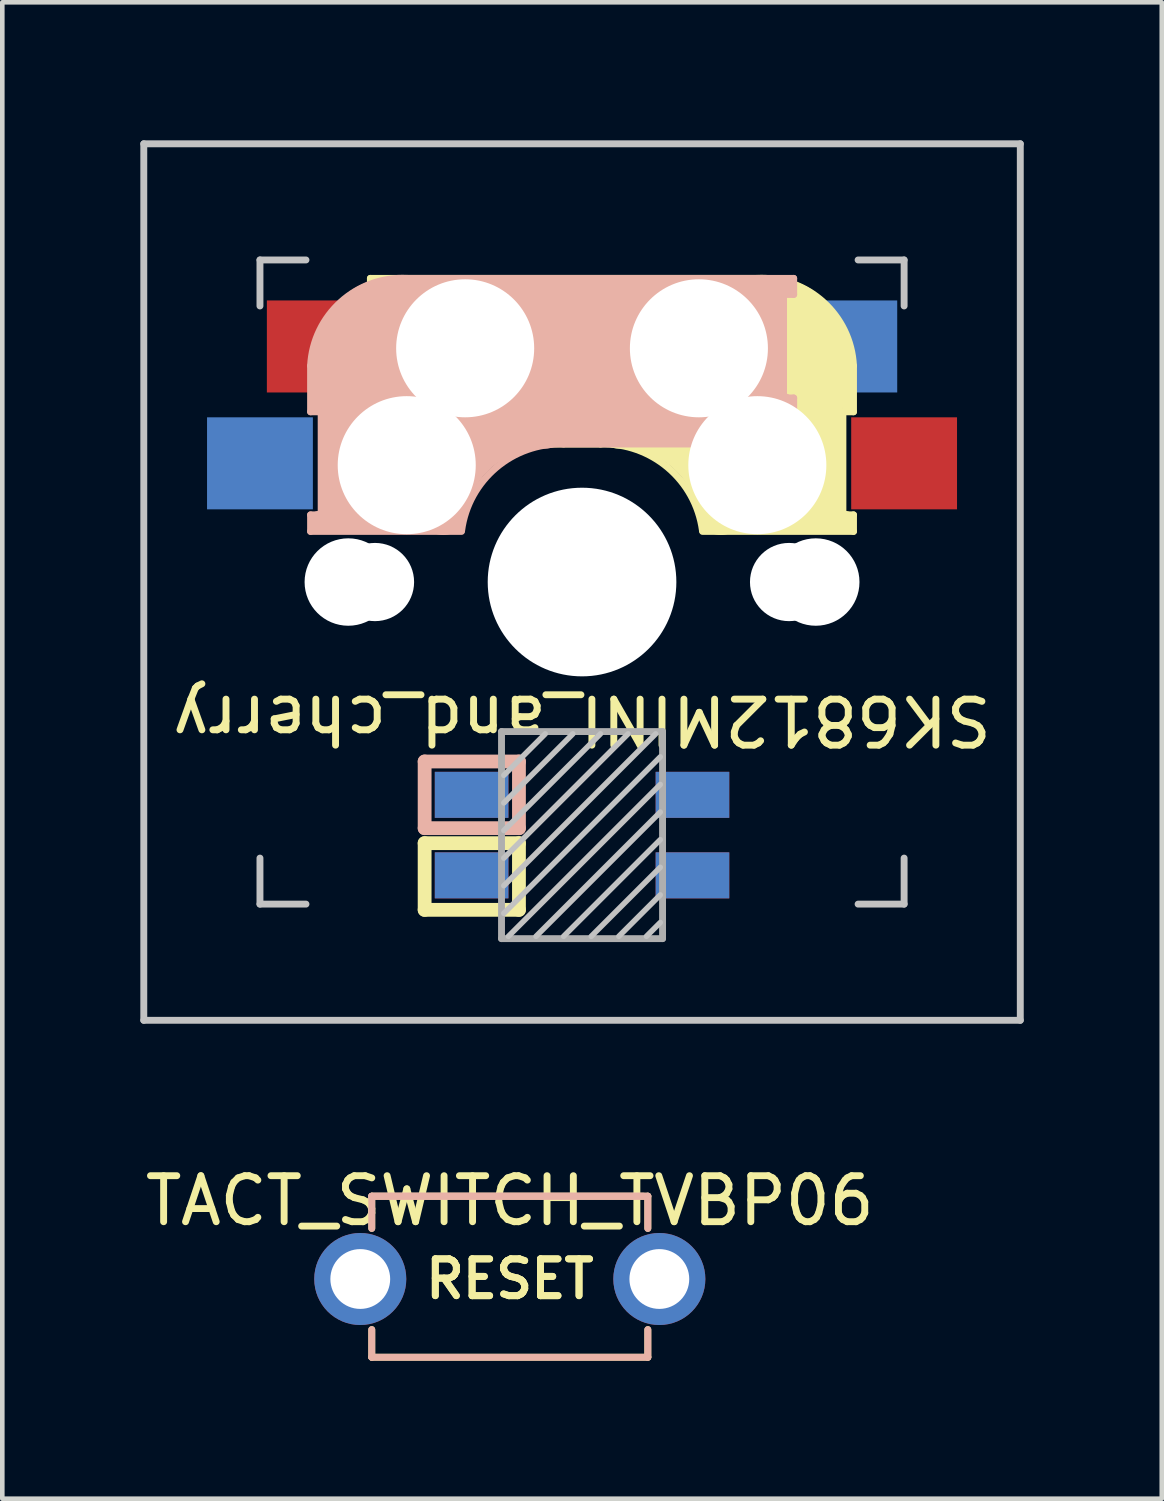
<source format=kicad_pcb>
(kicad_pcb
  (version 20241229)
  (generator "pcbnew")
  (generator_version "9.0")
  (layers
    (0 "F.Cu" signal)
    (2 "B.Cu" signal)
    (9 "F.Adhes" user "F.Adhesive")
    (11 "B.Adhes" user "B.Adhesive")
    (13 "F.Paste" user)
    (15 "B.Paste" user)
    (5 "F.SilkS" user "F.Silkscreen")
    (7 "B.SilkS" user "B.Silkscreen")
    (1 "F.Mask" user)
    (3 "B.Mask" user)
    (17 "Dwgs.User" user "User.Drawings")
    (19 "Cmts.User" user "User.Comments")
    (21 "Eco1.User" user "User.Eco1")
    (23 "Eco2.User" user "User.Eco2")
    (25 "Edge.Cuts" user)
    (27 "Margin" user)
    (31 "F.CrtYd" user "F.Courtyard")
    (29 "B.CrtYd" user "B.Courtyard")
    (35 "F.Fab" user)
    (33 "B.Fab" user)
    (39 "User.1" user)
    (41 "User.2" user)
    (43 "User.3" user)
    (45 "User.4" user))
  (footprint "SK6812MINI_and_cherry"
    (layer "F.Cu")
    (at 9.6 9.6)
    (property "Reference" "SK6812MINI_and_cherry" (at 0 3 180) (unlocked yes) (layer "F.SilkS") (effects (font (size 1 1) (thickness 0.15))))
    (attr through_hole)
    (fp_line (start -4.6 -6.6) (end 3.8 -6.6) (stroke (width 0.15) (type solid)) (layer "F.SilkS"))
    (fp_line (start -4.6 -6.25) (end -4.6 -6.6) (stroke (width 0.15) (type solid)) (layer "F.SilkS"))
    (fp_line (start -4.6 -4) (end -4.4 -4) (stroke (width 0.15) (type solid)) (layer "F.SilkS"))
    (fp_line (start -4.6 -3) (end -4.6 -4) (stroke (width 0.15) (type solid)) (layer "F.SilkS"))
    (fp_line (start -4.4 -6.4) (end -3 -6.4) (stroke (width 0.4) (type solid)) (layer "F.SilkS"))
    (fp_line (start -4.4 -6.25) (end -4.6 -6.25) (stroke (width 0.15) (type solid)) (layer "F.SilkS"))
    (fp_line (start -4.4 -3.9) (end -4.4 -3.2) (stroke (width 0.4) (type solid)) (layer "F.SilkS"))
    (fp_line (start -4.38 -4) (end -4.38 -6.25) (stroke (width 0.15) (type solid)) (layer "F.SilkS"))
    (fp_line (start -4.3 -3.3) (end -2.9 -3.3) (stroke (width 0.5) (type solid)) (layer "F.SilkS"))
    (fp_line (start -3.9 -6) (end -3.9 -3.5) (stroke (width 1) (type solid)) (layer "F.SilkS"))
    (fp_line (start -3.421 5.675) (end -1.371 5.675) (stroke (width 0.3) (type solid)) (layer "F.SilkS"))
    (fp_line (start -3.421 7.125) (end -3.421 5.675) (stroke (width 0.3) (type solid)) (layer "F.SilkS"))
    (fp_line (start -2.6 -4.8) (end 4.1 -4.8) (stroke (width 3.5) (type solid)) (layer "F.SilkS"))
    (fp_line (start -1.371 5.675) (end -1.371 7.125) (stroke (width 0.3) (type solid)) (layer "F.SilkS"))
    (fp_line (start -1.371 7.125) (end -3.421 7.125) (stroke (width 0.3) (type solid)) (layer "F.SilkS"))
    (fp_line (start 0.4 -3) (end -4.6 -3) (stroke (width 0.15) (type solid)) (layer "F.SilkS"))
    (fp_line (start 4.17 -5.1) (end 4.17 -2.86) (stroke (width 3) (type solid)) (layer "F.SilkS"))
    (fp_line (start 5.3 -1.6) (end 5.3 -3.4) (stroke (width 0.8) (type solid)) (layer "F.SilkS"))
    (fp_line (start 5.67 -3.7) (end 5.67 -1.46) (stroke (width 0.15) (type solid)) (layer "F.SilkS"))
    (fp_line (start 5.7 -1.46) (end 5.9 -1.46) (stroke (width 0.15) (type solid)) (layer "F.SilkS"))
    (fp_line (start 5.7 -1.3) (end 3 -1.3) (stroke (width 0.5) (type solid)) (layer "F.SilkS"))
    (fp_line (start 5.8 -3.8) (end 5.8 -4.7) (stroke (width 0.3) (type solid)) (layer "F.SilkS"))
    (fp_line (start 5.9 -4.7) (end 5.9 -3.7) (stroke (width 0.15) (type solid)) (layer "F.SilkS"))
    (fp_line (start 5.9 -3.7) (end 5.7 -3.7) (stroke (width 0.15) (type solid)) (layer "F.SilkS"))
    (fp_line (start 5.9 -1.1) (end 2.62 -1.1) (stroke (width 0.15) (type solid)) (layer "F.SilkS"))
    (fp_line (start 5.9 -1.1) (end 5.9 -1.46) (stroke (width 0.15) (type solid)) (layer "F.SilkS"))
    (fp_arc (start 0.4 -3) (mid 1.868709 -2.486118) (end 2.616318 -1.121471) (stroke (width 0.15) (type solid)) (layer "F.SilkS"))
    (fp_arc (start 0.8 -3.4) (mid 2.268709 -2.886118) (end 3.016318 -1.521471) (stroke (width 1) (type solid)) (layer "F.SilkS"))
    (fp_arc (start 3.8 -6.600001) (mid 5.243504 -6.084925) (end 5.900001 -4.7) (stroke (width 0.15) (type solid)) (layer "F.SilkS"))
    (fp_line (start -5.9 -4.7) (end -5.9 -3.7) (stroke (width 0.15) (type solid)) (layer "B.SilkS"))
    (fp_line (start -5.9 -3.7) (end -5.7 -3.7) (stroke (width 0.15) (type solid)) (layer "B.SilkS"))
    (fp_line (start -5.9 -1.1) (end -5.9 -1.46) (stroke (width 0.15) (type solid)) (layer "B.SilkS"))
    (fp_line (start -5.9 -1.1) (end -2.62 -1.1) (stroke (width 0.15) (type solid)) (layer "B.SilkS"))
    (fp_line (start -5.8 -3.8) (end -5.8 -4.7) (stroke (width 0.3) (type solid)) (layer "B.SilkS"))
    (fp_line (start -5.7 -1.46) (end -5.9 -1.46) (stroke (width 0.15) (type solid)) (layer "B.SilkS"))
    (fp_line (start -5.7 -1.3) (end -3 -1.3) (stroke (width 0.5) (type solid)) (layer "B.SilkS"))
    (fp_line (start -5.67 -3.7) (end -5.67 -1.46) (stroke (width 0.15) (type solid)) (layer "B.SilkS"))
    (fp_line (start -5.3 -1.6) (end -5.3 -3.4) (stroke (width 0.8) (type solid)) (layer "B.SilkS"))
    (fp_line (start -4.17 -5.1) (end -4.17 -2.86) (stroke (width 3) (type solid)) (layer "B.SilkS"))
    (fp_line (start -3.421 3.9) (end -1.371 3.9) (stroke (width 0.3) (type solid)) (layer "B.SilkS"))
    (fp_line (start -3.421 5.35) (end -3.421 3.9) (stroke (width 0.3) (type solid)) (layer "B.SilkS"))
    (fp_line (start -1.371 3.9) (end -1.371 5.35) (stroke (width 0.3) (type solid)) (layer "B.SilkS"))
    (fp_line (start -1.371 5.35) (end -3.421 5.35) (stroke (width 0.3) (type solid)) (layer "B.SilkS"))
    (fp_line (start -0.4 -3) (end 4.6 -3) (stroke (width 0.15) (type solid)) (layer "B.SilkS"))
    (fp_line (start 2.6 -4.8) (end -4.1 -4.8) (stroke (width 3.5) (type solid)) (layer "B.SilkS"))
    (fp_line (start 3.9 -6) (end 3.9 -3.5) (stroke (width 1) (type solid)) (layer "B.SilkS"))
    (fp_line (start 4.3 -3.3) (end 2.9 -3.3) (stroke (width 0.5) (type solid)) (layer "B.SilkS"))
    (fp_line (start 4.38 -4) (end 4.38 -6.25) (stroke (width 0.15) (type solid)) (layer "B.SilkS"))
    (fp_line (start 4.4 -6.4) (end 3 -6.4) (stroke (width 0.4) (type solid)) (layer "B.SilkS"))
    (fp_line (start 4.4 -6.25) (end 4.6 -6.25) (stroke (width 0.15) (type solid)) (layer "B.SilkS"))
    (fp_line (start 4.4 -3.9) (end 4.4 -3.2) (stroke (width 0.4) (type solid)) (layer "B.SilkS"))
    (fp_line (start 4.6 -6.6) (end -3.8 -6.6) (stroke (width 0.15) (type solid)) (layer "B.SilkS"))
    (fp_line (start 4.6 -6.25) (end 4.6 -6.6) (stroke (width 0.15) (type solid)) (layer "B.SilkS"))
    (fp_line (start 4.6 -4) (end 4.4 -4) (stroke (width 0.15) (type solid)) (layer "B.SilkS"))
    (fp_line (start 4.6 -3) (end 4.6 -4) (stroke (width 0.15) (type solid)) (layer "B.SilkS"))
    (fp_arc (start -5.9 -4.699999) (mid -5.243504 -6.084924) (end -3.800001 -6.6) (stroke (width 0.15) (type solid)) (layer "B.SilkS"))
    (fp_arc (start -3.016318 -1.521471) (mid -2.268709 -2.886118) (end -0.8 -3.4) (stroke (width 1) (type solid)) (layer "B.SilkS"))
    (fp_arc (start -2.616318 -1.121471) (mid -1.868709 -2.486118) (end -0.4 -3) (stroke (width 0.15) (type solid)) (layer "B.SilkS"))
    (fp_line (start -9.525 -9.525) (end 9.525 -9.525) (stroke (width 0.15) (type solid)) (layer "Dwgs.User"))
    (fp_line (start -9.525 9.525) (end -9.525 -9.525) (stroke (width 0.15) (type solid)) (layer "Dwgs.User"))
    (fp_line (start -7 -7) (end -6 -7) (stroke (width 0.15) (type solid)) (layer "Dwgs.User"))
    (fp_line (start -7 -6) (end -7 -7) (stroke (width 0.15) (type solid)) (layer "Dwgs.User"))
    (fp_line (start -7 6) (end -7 7) (stroke (width 0.15) (type solid)) (layer "Dwgs.User"))
    (fp_line (start -7 7) (end -6 7) (stroke (width 0.15) (type solid)) (layer "Dwgs.User"))
    (fp_line (start -0.8 3.3) (end -1.7 4.2) (stroke (width 0.12) (type solid)) (layer "Dwgs.User"))
    (fp_line (start -0.2 3.3) (end -1.7 4.8) (stroke (width 0.12) (type solid)) (layer "Dwgs.User"))
    (fp_line (start 0.4 3.3) (end -1.7 5.4) (stroke (width 0.12) (type solid)) (layer "Dwgs.User"))
    (fp_line (start 1 3.3) (end -1.7 6) (stroke (width 0.12) (type solid)) (layer "Dwgs.User"))
    (fp_line (start 1.6 3.3) (end -1.7 6.6) (stroke (width 0.12) (type solid)) (layer "Dwgs.User"))
    (fp_line (start 1.7 3.8) (end -1.7 7.2) (stroke (width 0.12) (type solid)) (layer "Dwgs.User"))
    (fp_line (start 1.7 4.4) (end -1.6 7.7) (stroke (width 0.12) (type solid)) (layer "Dwgs.User"))
    (fp_line (start 1.7 5) (end -1 7.7) (stroke (width 0.12) (type solid)) (layer "Dwgs.User"))
    (fp_line (start 1.7 5.6) (end -0.4 7.7) (stroke (width 0.12) (type solid)) (layer "Dwgs.User"))
    (fp_line (start 1.7 6.2) (end 0.2 7.7) (stroke (width 0.12) (type solid)) (layer "Dwgs.User"))
    (fp_line (start 1.7 6.8) (end 0.8 7.7) (stroke (width 0.12) (type solid)) (layer "Dwgs.User"))
    (fp_line (start 1.7 7.4) (end 1.4 7.7) (stroke (width 0.12) (type solid)) (layer "Dwgs.User"))
    (fp_line (start 6 7) (end 7 7) (stroke (width 0.15) (type solid)) (layer "Dwgs.User"))
    (fp_line (start 7 -7) (end 6 -7) (stroke (width 0.15) (type solid)) (layer "Dwgs.User"))
    (fp_line (start 7 -7) (end 7 -6) (stroke (width 0.15) (type solid)) (layer "Dwgs.User"))
    (fp_line (start 7 7) (end 7 6) (stroke (width 0.15) (type solid)) (layer "Dwgs.User"))
    (fp_line (start 9.525 -9.525) (end 9.525 9.525) (stroke (width 0.15) (type solid)) (layer "Dwgs.User"))
    (fp_line (start 9.525 9.525) (end -9.525 9.525) (stroke (width 0.15) (type solid)) (layer "Dwgs.User"))
    (fp_line (start -1.75 3.25) (end -1.75 7.75) (stroke (width 0.15) (type solid)) (layer "F.Fab"))
    (fp_line (start -1.75 3.25) (end 1.75 3.25) (stroke (width 0.15) (type solid)) (layer "F.Fab"))
    (fp_line (start 1.75 3.25) (end 1.75 7.75) (stroke (width 0.15) (type solid)) (layer "F.Fab"))
    (fp_line (start 1.75 7.75) (end -1.75 7.75) (stroke (width 0.15) (type solid)) (layer "F.Fab"))
    (pad "" np_thru_hole circle (at -5.08 0) (size 1.9 1.9) (drill 1.9) (layers "*.Cu" "*.Mask"))
    (pad "" np_thru_hole circle (at -4.5 0) (size 1.7 1.7) (drill 1.7) (layers "*.Cu" "*.Mask"))
    (pad "" np_thru_hole circle (at -3.81 -2.54 180) (size 3 3) (drill 3) (layers "*.Cu" "*.Mask"))
    (pad "" np_thru_hole circle (at -2.54 -5.08 180) (size 3 3) (drill 3) (layers "*.Cu" "*.Mask"))
    (pad "" np_thru_hole circle (at 0 0 90) (size 4.1 4.1) (drill 4.1) (layers "*.Cu" "*.Mask"))
    (pad "" np_thru_hole circle (at 2.54 -5.08 180) (size 3 3) (drill 3) (layers "*.Cu" "*.Mask"))
    (pad "" np_thru_hole circle (at 3.81 -2.54 180) (size 3 3) (drill 3) (layers "*.Cu" "*.Mask"))
    (pad "" np_thru_hole circle (at 4.5 0) (size 1.7 1.7) (drill 1.7) (layers "*.Cu" "*.Mask"))
    (pad "" np_thru_hole circle (at 5.08 0) (size 1.9 1.9) (drill 1.9) (layers "*.Cu" "*.Mask"))
    (pad "1" smd rect (at -2.4 4.625) (size 1.6 1) (layers "B.Cu" "B.Mask" "B.Paste"))
    (pad "1" smd rect (at -2.4 6.375) (size 1.6 1) (layers "F.Cu" "F.Mask" "F.Paste"))
    (pad "2" smd rect (at -2.4 4.625) (size 1.6 1) (layers "F.Cu" "F.Mask" "F.Paste"))
    (pad "2" smd rect (at -2.4 6.375) (size 1.6 1) (layers "B.Cu" "B.Mask" "B.Paste"))
    (pad "3" smd rect (at 2.4 4.625) (size 1.6 1) (layers "F.Cu" "F.Mask" "F.Paste"))
    (pad "3" smd rect (at 2.4 6.375) (size 1.6 1) (layers "B.Cu" "B.Mask" "B.Paste"))
    (pad "4" smd rect (at 2.4 4.625) (size 1.6 1) (layers "B.Cu" "B.Mask" "B.Paste"))
    (pad "4" smd rect (at 2.4 6.375) (size 1.6 1) (layers "F.Cu" "F.Mask" "F.Paste"))
    (pad "5" smd rect (at -7 -2.58 180) (size 2.3 2) (layers "B.Cu" "B.Mask" "B.Paste"))
    (pad "5" smd rect (at 7 -2.58 180) (size 2.3 2) (layers "F.Cu" "F.Mask" "F.Paste"))
    (pad "6" smd rect (at -5.7 -5.12 180) (size 2.3 2) (layers "F.Cu" "F.Mask"))
    (pad "6" smd rect (at 5.7 -5.12 180) (size 2.3 2) (layers "B.Cu" "B.Mask" "B.Paste")))
  (footprint "TACT_SWITCH_TVBP06"
    (layer "F.Cu")
    (at 8.03 24.748)
    (property "Reference" "TACT_SWITCH_TVBP06" (at 0 -1.7 180) (layer "F.SilkS") (effects (font (size 1 1) (thickness 0.15))))
    (attr through_hole)
    (fp_line (start -3 -1.8) (end -3 -1.1) (stroke (width 0.15) (type solid)) (layer "F.SilkS"))
    (fp_line (start -3 1.7) (end -3 1.1) (stroke (width 0.15) (type solid)) (layer "F.SilkS"))
    (fp_line (start -3 1.7) (end 3 1.7) (stroke (width 0.15) (type solid)) (layer "F.SilkS"))
    (fp_line (start 3 -1.8) (end -3 -1.8) (stroke (width 0.15) (type solid)) (layer "F.SilkS"))
    (fp_line (start 3 -1.8) (end 3 -1.1) (stroke (width 0.15) (type solid)) (layer "F.SilkS"))
    (fp_line (start 3 1.7) (end 3 1.1) (stroke (width 0.15) (type solid)) (layer "F.SilkS"))
    (fp_line (start -3 -1.8) (end -3 -1.1) (stroke (width 0.15) (type solid)) (layer "B.SilkS"))
    (fp_line (start -3 -1.8) (end 2.9 -1.8) (stroke (width 0.15) (type solid)) (layer "B.SilkS"))
    (fp_line (start -3 -1.8) (end 3 -1.8) (stroke (width 0.15) (type solid)) (layer "B.SilkS"))
    (fp_line (start -3 1.7) (end -3 1.1) (stroke (width 0.15) (type solid)) (layer "B.SilkS"))
    (fp_line (start 3 -1.8) (end 3 -1.1) (stroke (width 0.15) (type solid)) (layer "B.SilkS"))
    (fp_line (start 3 1.7) (end -3 1.7) (stroke (width 0.15) (type solid)) (layer "B.SilkS"))
    (fp_line (start 3 1.7) (end 3 1.1) (stroke (width 0.15) (type solid)) (layer "B.SilkS"))
    (fp_text user "RESET" (at 0 0 0) (layer "F.SilkS") (effects (font (size 0.8 0.8) (thickness 0.15))))
    (fp_text user "RESET" (at 0 0 0) (layer "F.SilkS") (effects (font (size 0.8 0.8) (thickness 0.15))))
    (pad "1" thru_hole circle (at -3.25 0) (size 2 2) (drill 1.3) (layers "*.Cu" "*.Mask"))
    (pad "2" thru_hole circle (at 3.25 0) (size 2 2) (drill 1.3) (layers "*.Cu" "*.Mask")))
  (gr_rect
    (start -3 -3)
    (end 22.2 29.523)
    (stroke (width 0.1) (type default))
    (fill no)
    (layer "Edge.Cuts")))
</source>
